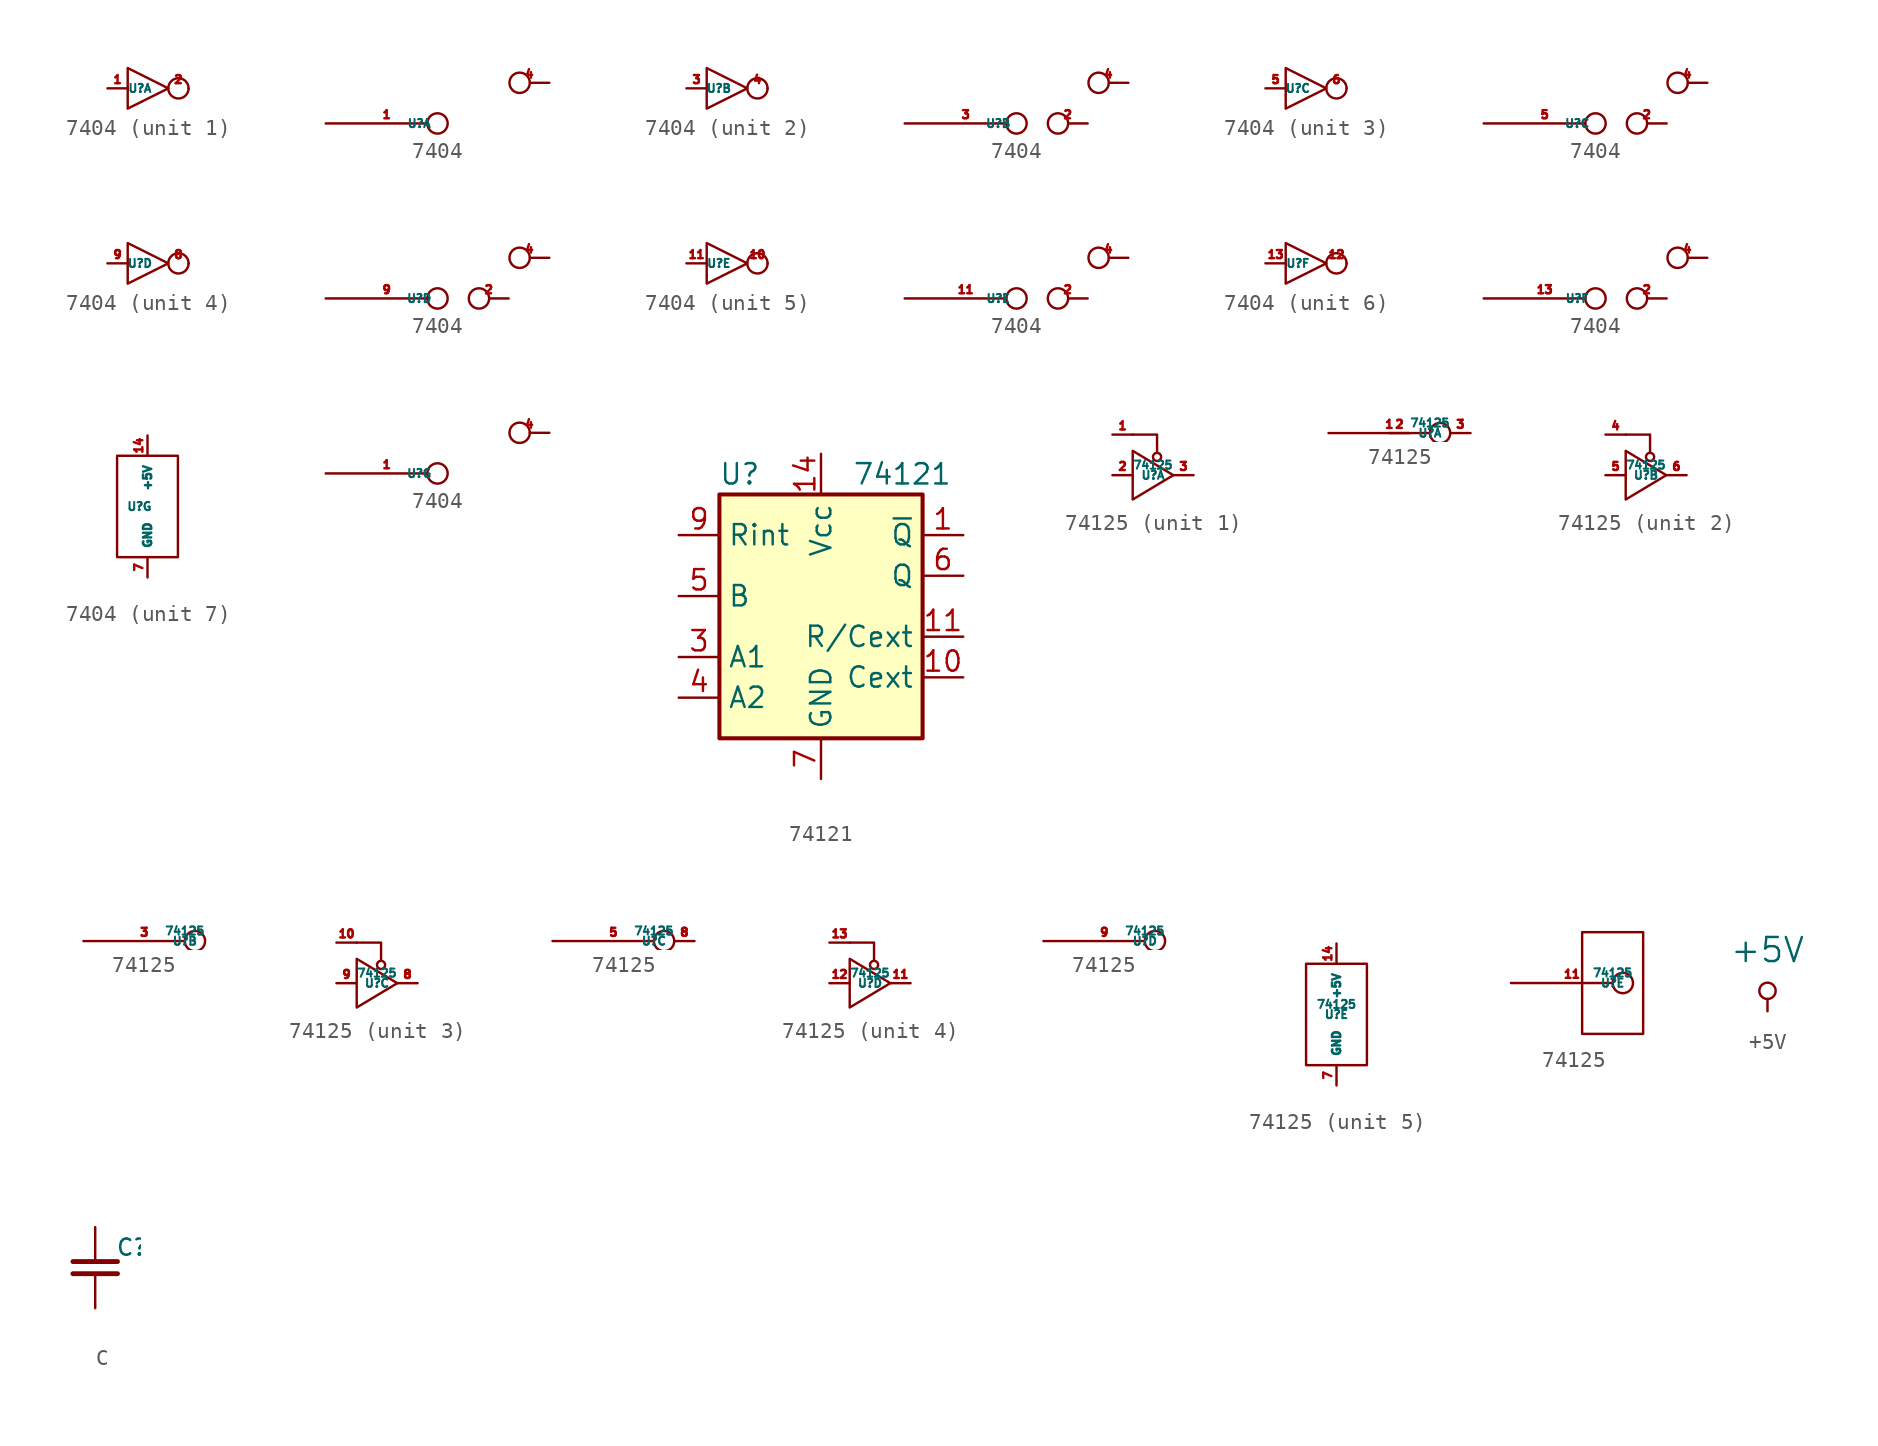
<source format=kicad_sym>
(kicad_symbol_lib
  (version 20211014)
  (generator kicad_symbol_editor)
  (symbol "7404"
    (property "Reference" "U"
      (at -0.508 0 0)
      (effects (font (size 0.508 0.508))))
    (property "Footprint" ""
      (at 1.27 0 0)
      (effects (font (size 1.524 1.524))))
    (property "Datasheet" ""
      (at 1.27 0 0)
      (effects (font (size 1.524 1.524))))
    (symbol "7404_1_1"
      (polyline (pts (xy -1.27 1.27) (xy -1.27 -1.27) (xy 1.27 0) (xy -1.27 1.27)) (stroke (width 0) (type default) (color 0 0 0 0)) (fill (type none)))
      (pin input line (at -2.54 0 0) (length 1.27) (name "~" (effects (font (size 0.508 0.508)))) (number "1" (effects (font (size 0.508 0.508)))))
      (pin output inverted (at 2.54 0 180) (length 1.27) (name "~" (effects (font (size 0.508 0.508)))) (number "2" (effects (font (size 0.508 0.508))))))
    (symbol "7404_1_2"
      (pin input inverted (at -6.35 0 0) (length 7.62) (name "~" (effects (font (size 0.508 0.508)))) (number "1" (effects (font (size 0.508 0.508)))))
      (pin output inverted (at 7.62 2.54 180) (length 2.489) (name "~" (effects (font (size 0.508 0.508)))) (number "4" (effects (font (size 0.508 0.508))))))
    (symbol "7404_2_1"
      (polyline (pts (xy -1.27 1.27) (xy -1.27 -1.27) (xy 1.27 0) (xy -1.27 1.27)) (stroke (width 0) (type default) (color 0 0 0 0)) (fill (type none)))
      (pin input line (at -2.54 0 0) (length 1.27) (name "~" (effects (font (size 0.508 0.508)))) (number "3" (effects (font (size 0.508 0.508)))))
      (pin output inverted (at 2.54 0 180) (length 1.27) (name "~" (effects (font (size 0.508 0.508)))) (number "4" (effects (font (size 0.508 0.508))))))
    (symbol "7404_2_2"
      (pin output inverted (at 5.08 0 180) (length 2.489) (name "~" (effects (font (size 0.508 0.508)))) (number "2" (effects (font (size 0.508 0.508)))))
      (pin input inverted (at -6.35 0 0) (length 7.62) (name "~" (effects (font (size 0.508 0.508)))) (number "3" (effects (font (size 0.508 0.508)))))
      (pin output inverted (at 7.62 2.54 180) (length 2.489) (name "~" (effects (font (size 0.508 0.508)))) (number "4" (effects (font (size 0.508 0.508))))))
    (symbol "7404_3_1"
      (polyline (pts (xy -1.27 1.27) (xy -1.27 -1.27) (xy 1.27 0) (xy -1.27 1.27)) (stroke (width 0) (type default) (color 0 0 0 0)) (fill (type none)))
      (pin input line (at -2.54 0 0) (length 1.27) (name "~" (effects (font (size 0.508 0.508)))) (number "5" (effects (font (size 0.508 0.508)))))
      (pin output inverted (at 2.54 0 180) (length 1.27) (name "~" (effects (font (size 0.508 0.508)))) (number "6" (effects (font (size 0.508 0.508))))))
    (symbol "7404_3_2"
      (pin output inverted (at 5.08 0 180) (length 2.489) (name "~" (effects (font (size 0.508 0.508)))) (number "2" (effects (font (size 0.508 0.508)))))
      (pin output inverted (at 7.62 2.54 180) (length 2.489) (name "~" (effects (font (size 0.508 0.508)))) (number "4" (effects (font (size 0.508 0.508)))))
      (pin input inverted (at -6.35 0 0) (length 7.62) (name "~" (effects (font (size 0.508 0.508)))) (number "5" (effects (font (size 0.508 0.508))))))
    (symbol "7404_4_1"
      (polyline (pts (xy -1.27 1.27) (xy -1.27 -1.27) (xy 1.27 0) (xy -1.27 1.27)) (stroke (width 0) (type default) (color 0 0 0 0)) (fill (type none)))
      (pin output inverted (at 2.54 0 180) (length 1.27) (name "~" (effects (font (size 0.508 0.508)))) (number "8" (effects (font (size 0.508 0.508)))))
      (pin input line (at -2.54 0 0) (length 1.27) (name "~" (effects (font (size 0.508 0.508)))) (number "9" (effects (font (size 0.508 0.508))))))
    (symbol "7404_4_2"
      (pin output inverted (at 5.08 0 180) (length 2.489) (name "~" (effects (font (size 0.508 0.508)))) (number "2" (effects (font (size 0.508 0.508)))))
      (pin output inverted (at 7.62 2.54 180) (length 2.489) (name "~" (effects (font (size 0.508 0.508)))) (number "4" (effects (font (size 0.508 0.508)))))
      (pin input inverted (at -6.35 0 0) (length 7.62) (name "~" (effects (font (size 0.508 0.508)))) (number "9" (effects (font (size 0.508 0.508))))))
    (symbol "7404_5_1"
      (polyline (pts (xy -1.27 1.27) (xy -1.27 -1.27) (xy 1.27 0) (xy -1.27 1.27)) (stroke (width 0) (type default) (color 0 0 0 0)) (fill (type none)))
      (pin output inverted (at 2.54 0 180) (length 1.27) (name "~" (effects (font (size 0.508 0.508)))) (number "10" (effects (font (size 0.508 0.508)))))
      (pin input line (at -2.54 0 0) (length 1.27) (name "~" (effects (font (size 0.508 0.508)))) (number "11" (effects (font (size 0.508 0.508))))))
    (symbol "7404_5_2"
      (pin input inverted (at -6.35 0 0) (length 7.62) (name "~" (effects (font (size 0.508 0.508)))) (number "11" (effects (font (size 0.508 0.508)))))
      (pin output inverted (at 5.08 0 180) (length 2.489) (name "~" (effects (font (size 0.508 0.508)))) (number "2" (effects (font (size 0.508 0.508)))))
      (pin output inverted (at 7.62 2.54 180) (length 2.489) (name "~" (effects (font (size 0.508 0.508)))) (number "4" (effects (font (size 0.508 0.508))))))
    (symbol "7404_6_1"
      (polyline (pts (xy -1.27 1.27) (xy -1.27 -1.27) (xy 1.27 0) (xy -1.27 1.27)) (stroke (width 0) (type default) (color 0 0 0 0)) (fill (type none)))
      (pin output inverted (at 2.54 0 180) (length 1.27) (name "~" (effects (font (size 0.508 0.508)))) (number "12" (effects (font (size 0.508 0.508)))))
      (pin input line (at -2.54 0 0) (length 1.27) (name "~" (effects (font (size 0.508 0.508)))) (number "13" (effects (font (size 0.508 0.508))))))
    (symbol "7404_6_2"
      (pin input inverted (at -6.35 0 0) (length 7.62) (name "~" (effects (font (size 0.508 0.508)))) (number "13" (effects (font (size 0.508 0.508)))))
      (pin output inverted (at 5.08 0 180) (length 2.489) (name "~" (effects (font (size 0.508 0.508)))) (number "2" (effects (font (size 0.508 0.508)))))
      (pin output inverted (at 7.62 2.54 180) (length 2.489) (name "~" (effects (font (size 0.508 0.508)))) (number "4" (effects (font (size 0.508 0.508))))))
    (symbol "7404_7_1"
      (rectangle (start -1.905 3.175) (end 1.905 -3.175) (stroke (width 0) (type default) (color 0 0 0 0)) (fill (type none)))
      (pin power_in line (at 0 4.445 270) (length 1.27) (name "+5V" (effects (font (size 0.508 0.508)))) (number "14" (effects (font (size 0.508 0.508)))))
      (pin power_in line (at 0 -4.445 90) (length 1.27) (name "GND" (effects (font (size 0.508 0.508)))) (number "7" (effects (font (size 0.508 0.508))))))
    (symbol "7404_7_2"
      (pin input inverted (at -6.35 0 0) (length 7.62) (name "~" (effects (font (size 0.508 0.508)))) (number "1" (effects (font (size 0.508 0.508)))))
      (pin output inverted (at 7.62 2.54 180) (length 2.489) (name "~" (effects (font (size 0.508 0.508)))) (number "4" (effects (font (size 0.508 0.508)))))))
  (symbol "74121"
    (property "Reference" "U"
      (at -5.08 8.89 0)
      (effects (font (size 1.27 1.27))))
    (property "Value" "74121"
      (at 5.08 8.89 0)
      (effects (font (size 1.27 1.27))))
    (property "Footprint" ""
      (at 0 -1.27 0)
      (effects (font (size 1.524 1.524))))
    (property "Datasheet" ""
      (at 0 -1.27 0)
      (effects (font (size 1.524 1.524))))
    (symbol "74121_0_1"
      (rectangle (start -6.35 7.62) (end 6.35 -7.62) (stroke (width 0.254) (type default) (color 0 0 0 0)) (fill (type background))))
    (symbol "74121_1_1"
      (pin output line (at 8.89 5.08 180) (length 2.54) (name "~{Q}" (effects (font (size 1.27 1.27)))) (number "1" (effects (font (size 1.27 1.27)))))
      (pin passive line (at 8.89 -3.81 180) (length 2.54) (name "Cext" (effects (font (size 1.27 1.27)))) (number "10" (effects (font (size 1.27 1.27)))))
      (pin passive line (at 8.89 -1.27 180) (length 2.54) (name "R/Cext" (effects (font (size 1.27 1.27)))) (number "11" (effects (font (size 1.27 1.27)))))
      (pin power_in line (at 0 10.16 270) (length 2.54) (name "Vcc" (effects (font (size 1.27 1.27)))) (number "14" (effects (font (size 1.27 1.27)))))
      (pin input line (at -8.89 -2.54 0) (length 2.54) (name "A1" (effects (font (size 1.27 1.27)))) (number "3" (effects (font (size 1.27 1.27)))))
      (pin input line (at -8.89 -5.08 0) (length 2.54) (name "A2" (effects (font (size 1.27 1.27)))) (number "4" (effects (font (size 1.27 1.27)))))
      (pin input line (at -8.89 1.27 0) (length 2.54) (name "B" (effects (font (size 1.27 1.27)))) (number "5" (effects (font (size 1.27 1.27)))))
      (pin output line (at 8.89 2.54 180) (length 2.54) (name "Q" (effects (font (size 1.27 1.27)))) (number "6" (effects (font (size 1.27 1.27)))))
      (pin power_in line (at 0 -10.16 90) (length 2.54) (name "GND" (effects (font (size 1.27 1.27)))) (number "7" (effects (font (size 1.27 1.27)))))
      (pin passive line (at -8.89 5.08 0) (length 2.54) (name "Rint" (effects (font (size 1.27 1.27)))) (number "9" (effects (font (size 1.27 1.27)))))))
  (symbol "74125"
    (property "Reference" "U"
      (at 0 0 0)
      (effects (font (size 0.508 0.508))))
    (property "Value" "74125"
      (at 0 0.635 0)
      (effects (font (size 0.508 0.508))))
    (property "Footprint" ""
      (at 1.27 0 0)
      (effects (font (size 1.524 1.524))))
    (property "Datasheet" ""
      (at 1.27 0 0)
      (effects (font (size 1.524 1.524))))
    (symbol "74125_1_0"
      (pin input line (at -2.54 0 0) (length 1.27) (name "~" (effects (font (size 0.508 0.508)))) (number "2" (effects (font (size 0.508 0.508)))))
      (pin tri_state line (at 2.54 0 180) (length 1.27) (name "~" (effects (font (size 0.508 0.508)))) (number "3" (effects (font (size 0.508 0.508))))))
    (symbol "74125_1_1"
      (polyline (pts (xy -1.27 2.54) (xy 0.254 2.54) (xy 0.254 1.397)) (stroke (width 0) (type default) (color 0 0 0 0)) (fill (type none)))
      (polyline (pts (xy -1.27 0) (xy -1.27 1.524) (xy 1.27 0) (xy -1.27 -1.524) (xy -1.27 0)) (stroke (width 0) (type default) (color 0 0 0 0)) (fill (type none)))
      (circle (center 0.254 1.143) (radius 0.254) (stroke (width 0) (type default) (color 0 0 0 0)) (fill (type none)))
      (pin input line (at -2.54 2.54 0) (length 1.27) (name "~" (effects (font (size 0.508 0.508)))) (number "1" (effects (font (size 0.508 0.508))))))
    (symbol "74125_1_2"
      (pin input inverted (at -6.35 0 0) (length 7.62) (name "~" (effects (font (size 0.508 0.508)))) (number "1" (effects (font (size 0.508 0.508))))))
    (symbol "74125_2_1"
      (polyline (pts (xy -1.27 2.54) (xy 0.254 2.54) (xy 0.254 1.397)) (stroke (width 0) (type default) (color 0 0 0 0)) (fill (type none)))
      (polyline (pts (xy -1.27 0) (xy -1.27 1.524) (xy 1.27 0) (xy -1.27 -1.524) (xy -1.27 0)) (stroke (width 0) (type default) (color 0 0 0 0)) (fill (type none)))
      (circle (center 0.254 1.143) (radius 0.254) (stroke (width 0) (type default) (color 0 0 0 0)) (fill (type none)))
      (pin input line (at -2.54 2.54 0) (length 1.27) (name "~" (effects (font (size 0.508 0.508)))) (number "4" (effects (font (size 0.508 0.508)))))
      (pin input line (at -2.54 0 0) (length 1.27) (name "~" (effects (font (size 0.508 0.508)))) (number "5" (effects (font (size 0.508 0.508)))))
      (pin tri_state line (at 2.54 0 180) (length 1.27) (name "~" (effects (font (size 0.508 0.508)))) (number "6" (effects (font (size 0.508 0.508))))))
    (symbol "74125_2_2"
      (pin input inverted (at -6.35 0 0) (length 7.62) (name "~" (effects (font (size 0.508 0.508)))) (number "3" (effects (font (size 0.508 0.508))))))
    (symbol "74125_3_0"
      (pin tri_state line (at 2.54 0 180) (length 1.27) (name "~" (effects (font (size 0.508 0.508)))) (number "8" (effects (font (size 0.508 0.508))))))
    (symbol "74125_3_1"
      (polyline (pts (xy -1.27 2.54) (xy 0.254 2.54) (xy 0.254 1.397)) (stroke (width 0) (type default) (color 0 0 0 0)) (fill (type none)))
      (polyline (pts (xy -1.27 0) (xy -1.27 1.524) (xy 1.27 0) (xy -1.27 -1.524) (xy -1.27 0)) (stroke (width 0) (type default) (color 0 0 0 0)) (fill (type none)))
      (circle (center 0.254 1.143) (radius 0.254) (stroke (width 0) (type default) (color 0 0 0 0)) (fill (type none)))
      (pin input line (at -2.54 2.54 0) (length 1.27) (name "~" (effects (font (size 0.508 0.508)))) (number "10" (effects (font (size 0.508 0.508)))))
      (pin input line (at -2.54 0 0) (length 1.27) (name "~" (effects (font (size 0.508 0.508)))) (number "9" (effects (font (size 0.508 0.508))))))
    (symbol "74125_3_2"
      (pin input inverted (at -6.35 0 0) (length 7.62) (name "~" (effects (font (size 0.508 0.508)))) (number "5" (effects (font (size 0.508 0.508))))))
    (symbol "74125_4_1"
      (polyline (pts (xy -1.27 2.54) (xy 0.254 2.54) (xy 0.254 1.397)) (stroke (width 0) (type default) (color 0 0 0 0)) (fill (type none)))
      (polyline (pts (xy -1.27 0) (xy -1.27 1.524) (xy 1.27 0) (xy -1.27 -1.524) (xy -1.27 0)) (stroke (width 0) (type default) (color 0 0 0 0)) (fill (type none)))
      (circle (center 0.254 1.143) (radius 0.254) (stroke (width 0) (type default) (color 0 0 0 0)) (fill (type none)))
      (pin tri_state line (at 2.54 0 180) (length 1.27) (name "~" (effects (font (size 0.508 0.508)))) (number "11" (effects (font (size 0.508 0.508)))))
      (pin input line (at -2.54 0 0) (length 1.27) (name "~" (effects (font (size 0.508 0.508)))) (number "12" (effects (font (size 0.508 0.508)))))
      (pin input line (at -2.54 2.54 0) (length 1.27) (name "~" (effects (font (size 0.508 0.508)))) (number "13" (effects (font (size 0.508 0.508))))))
    (symbol "74125_4_2"
      (pin input inverted (at -6.35 0 0) (length 7.62) (name "~" (effects (font (size 0.508 0.508)))) (number "9" (effects (font (size 0.508 0.508))))))
    (symbol "74125_5_0"
      (rectangle (start -1.905 3.175) (end 1.905 -3.175) (stroke (width 0) (type default) (color 0 0 0 0)) (fill (type none))))
    (symbol "74125_5_1"
      (pin power_in line (at 0 4.445 270) (length 1.27) (name "+5V" (effects (font (size 0.508 0.508)))) (number "14" (effects (font (size 0.508 0.508)))))
      (pin power_in line (at 0 -4.445 90) (length 1.27) (name "GND" (effects (font (size 0.508 0.508)))) (number "7" (effects (font (size 0.508 0.508))))))
    (symbol "74125_5_2"
      (pin input inverted (at -6.35 0 0) (length 7.62) (name "~" (effects (font (size 0.508 0.508)))) (number "11" (effects (font (size 0.508 0.508)))))))
  (symbol "+5V"
    (power)
    (pin_names
      (offset 1.016))
    (property "Reference" "#PWR"
      (at 2.54 1.27 0)
      (effects (font (size 0.508 0.508)) hide))
    (property "Value" "+5V"
      (at 0 3.81 0)
      (effects (font (size 1.499 1.499))))
    (property "Footprint" ""
      (at 0 0 0)
      (effects (font (size 1.524 1.524))))
    (property "Datasheet" ""
      (at 0 0 0)
      (effects (font (size 1.524 1.524))))
    (symbol "+5V_0_0"
      (pin power_in line (at 0 0 90) (length 0) hide (name "+5V" (effects (font (size 0.508 0.508)))) (number "1" (effects (font (size 0.508 0.508))))))
    (symbol "+5V_0_1"
      (polyline (pts (xy 0 0) (xy 0 0.762) (xy 0 0.762) (xy 0 0.762)) (stroke (width 0) (type default) (color 0 0 0 0)) (fill (type none)))
      (circle (center 0 1.27) (radius 0.508) (stroke (width 0) (type default) (color 0 0 0 0)) (fill (type none)))))
  (symbol "C"
    (pin_numbers hide)
    (pin_names
      (offset 0.254))
    (property "Reference" "C"
      (at 1.27 1.27 0)
      (effects (font (size 1.016 1.016)) (justify left)))
    (property "Footprint" ""
      (at 0.965 -3.81 0)
      (effects (font (size 0.762 0.762))))
    (property "Datasheet" ""
      (at 0 0 0)
      (effects (font (size 1.524 1.524))))
    (symbol "C_0_1"
      (polyline (pts (xy -1.397 -0.381) (xy 1.397 -0.381)) (stroke (width 0.305) (type default) (color 0 0 0 0)) (fill (type none)))
      (polyline (pts (xy -1.397 0.381) (xy 1.397 0.381)) (stroke (width 0.305) (type default) (color 0 0 0 0)) (fill (type none))))
    (symbol "C_1_1"
      (pin passive line (at 0 2.54 270) (length 2.007) (name "~" (effects (font (size 1.27 1.27)))) (number "1" (effects (font (size 1.27 1.27)))))
      (pin passive line (at 0 -2.54 90) (length 2.007) (name "~" (effects (font (size 1.27 1.27)))) (number "2" (effects (font (size 1.27 1.27))))))))
</source>
